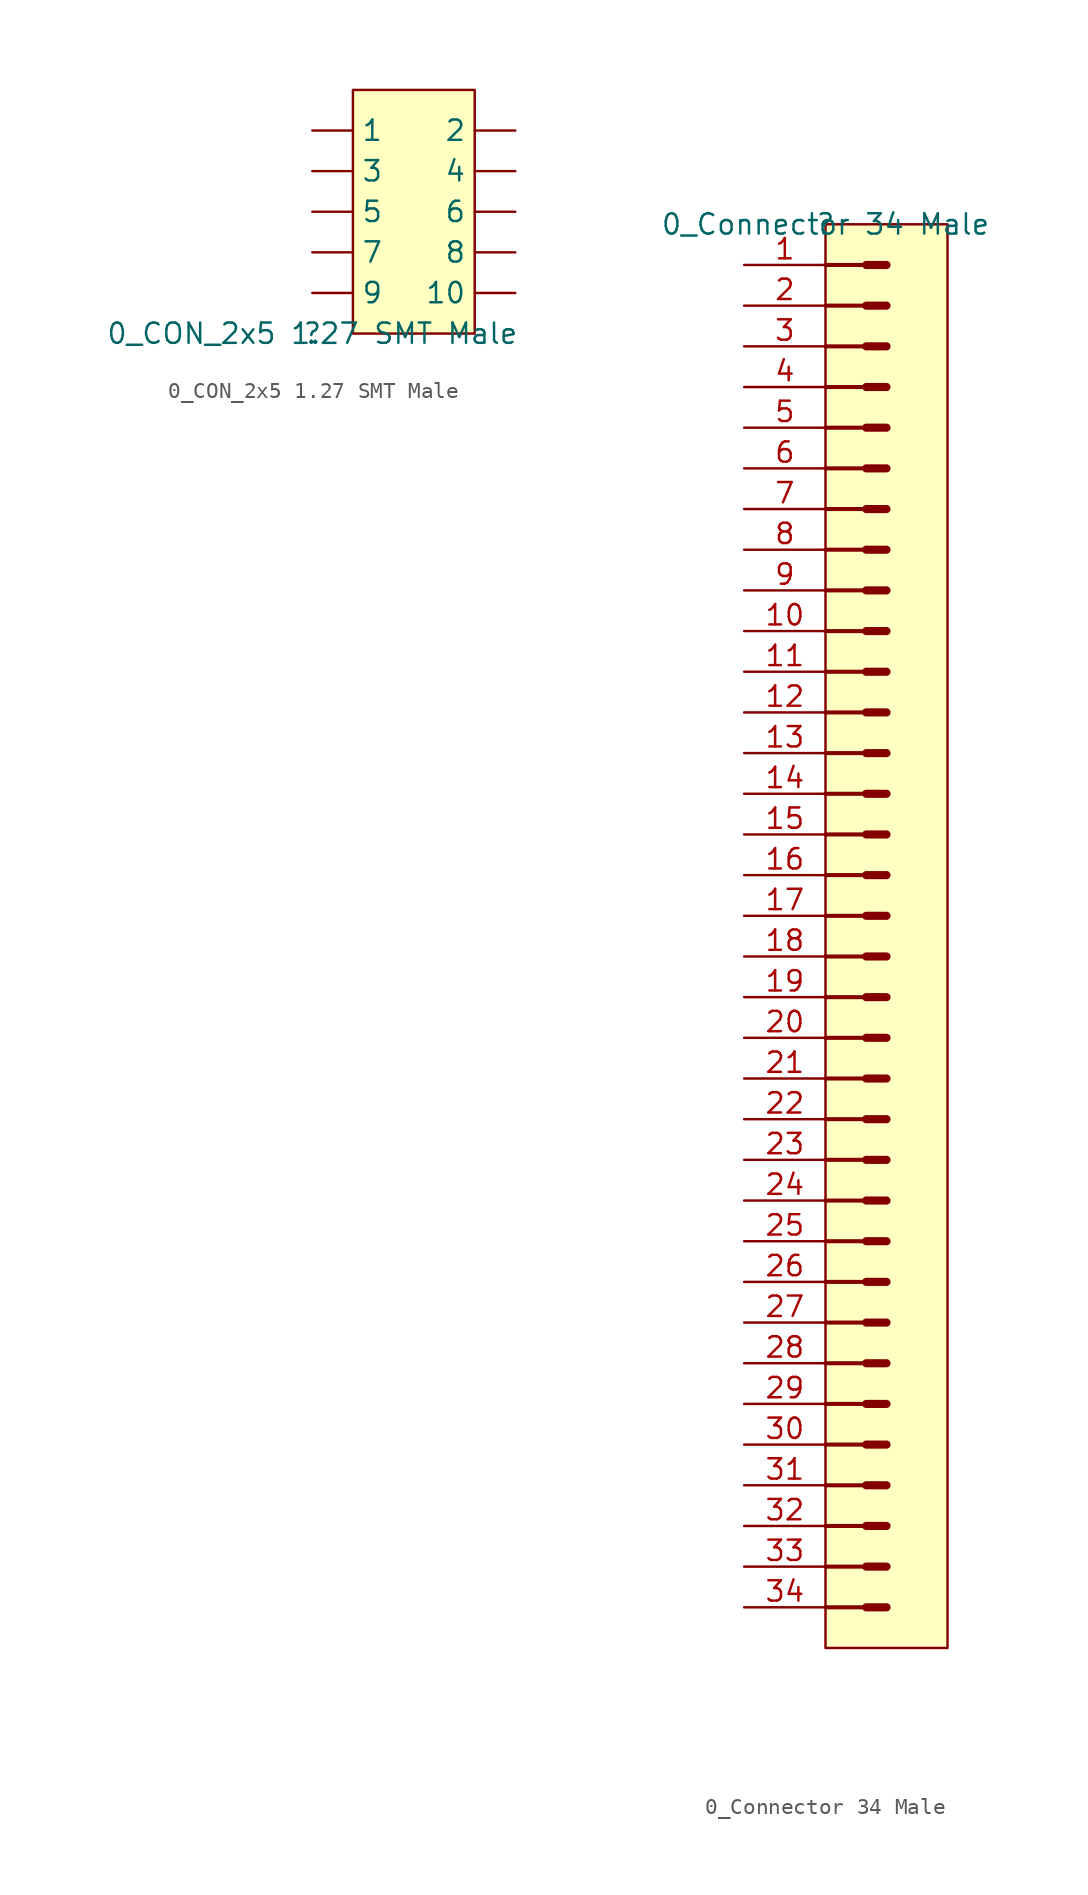
<source format=kicad_sym>
(kicad_symbol_lib
  (version 20220331)
  (generator kicad_symbol_editor)
  (symbol "0_CON_2x5 1.27 SMT Male"
    (property "Reference" ""
      (at 0 0 0)
      (effects (font (size 1.27 1.27))))
    (property "Value" "0_CON_2x5 1.27 SMT Male"
      (at 0 0 0)
      (effects (font (size 1.27 1.27))))
    (symbol "0_CON_2x5 1.27 SMT Male_1_0"
      (rectangle (start 10.16 15.24) (end 2.54 0) (stroke (width 0) (type solid)) (fill (type background)))
      (pin passive line (at 0 12.7 0) (length 2.54) (name "1" (effects (font (size 1.27 1.27)))) (number "1" (effects (font (size 0 0)))))
      (pin passive line (at 12.7 2.54 180) (length 2.54) (name "10" (effects (font (size 1.27 1.27)))) (number "10" (effects (font (size 0 0)))))
      (pin passive line (at 12.7 12.7 180) (length 2.54) (name "2" (effects (font (size 1.27 1.27)))) (number "2" (effects (font (size 0 0)))))
      (pin passive line (at 0 10.16 0) (length 2.54) (name "3" (effects (font (size 1.27 1.27)))) (number "3" (effects (font (size 0 0)))))
      (pin passive line (at 12.7 10.16 180) (length 2.54) (name "4" (effects (font (size 1.27 1.27)))) (number "4" (effects (font (size 0 0)))))
      (pin passive line (at 0 7.62 0) (length 2.54) (name "5" (effects (font (size 1.27 1.27)))) (number "5" (effects (font (size 0 0)))))
      (pin passive line (at 12.7 7.62 180) (length 2.54) (name "6" (effects (font (size 1.27 1.27)))) (number "6" (effects (font (size 0 0)))))
      (pin passive line (at 0 5.08 0) (length 2.54) (name "7" (effects (font (size 1.27 1.27)))) (number "7" (effects (font (size 0 0)))))
      (pin passive line (at 12.7 5.08 180) (length 2.54) (name "8" (effects (font (size 1.27 1.27)))) (number "8" (effects (font (size 0 0)))))
      (pin passive line (at 0 2.54 0) (length 2.54) (name "9" (effects (font (size 1.27 1.27)))) (number "9" (effects (font (size 0 0)))))))
  (symbol "0_Connector 34 Male"
    (property "Reference" ""
      (at 0 0 0)
      (effects (font (size 1.27 1.27))))
    (property "Value" "0_Connector 34 Male"
      (at 0 0 0)
      (effects (font (size 1.27 1.27))))
    (symbol "0_Connector 34 Male_1_0"
      (polyline (pts (xy 0 -86.36) (xy 2.54 -86.36)) (stroke (width 0.254) (type solid)) (fill (type none)))
      (polyline (pts (xy 0 -83.82) (xy 2.54 -83.82)) (stroke (width 0.254) (type solid)) (fill (type none)))
      (polyline (pts (xy 0 -81.28) (xy 2.54 -81.28)) (stroke (width 0.254) (type solid)) (fill (type none)))
      (polyline (pts (xy 0 -78.74) (xy 2.54 -78.74)) (stroke (width 0.254) (type solid)) (fill (type none)))
      (polyline (pts (xy 0 -76.2) (xy 2.54 -76.2)) (stroke (width 0.254) (type solid)) (fill (type none)))
      (polyline (pts (xy 0 -73.66) (xy 2.54 -73.66)) (stroke (width 0.254) (type solid)) (fill (type none)))
      (polyline (pts (xy 0 -71.12) (xy 2.54 -71.12)) (stroke (width 0.254) (type solid)) (fill (type none)))
      (polyline (pts (xy 0 -68.58) (xy 2.54 -68.58)) (stroke (width 0.254) (type solid)) (fill (type none)))
      (polyline (pts (xy 0 -66.04) (xy 2.54 -66.04)) (stroke (width 0.254) (type solid)) (fill (type none)))
      (polyline (pts (xy 0 -63.5) (xy 2.54 -63.5)) (stroke (width 0.254) (type solid)) (fill (type none)))
      (polyline (pts (xy 0 -60.96) (xy 2.54 -60.96)) (stroke (width 0.254) (type solid)) (fill (type none)))
      (polyline (pts (xy 0 -58.42) (xy 2.54 -58.42)) (stroke (width 0.254) (type solid)) (fill (type none)))
      (polyline (pts (xy 0 -55.88) (xy 2.54 -55.88)) (stroke (width 0.254) (type solid)) (fill (type none)))
      (polyline (pts (xy 0 -53.34) (xy 2.54 -53.34)) (stroke (width 0.254) (type solid)) (fill (type none)))
      (polyline (pts (xy 0 -50.8) (xy 2.54 -50.8)) (stroke (width 0.254) (type solid)) (fill (type none)))
      (polyline (pts (xy 0 -48.26) (xy 2.54 -48.26)) (stroke (width 0.254) (type solid)) (fill (type none)))
      (polyline (pts (xy 0 -45.72) (xy 2.54 -45.72)) (stroke (width 0.254) (type solid)) (fill (type none)))
      (polyline (pts (xy 0 -43.18) (xy 2.54 -43.18)) (stroke (width 0.254) (type solid)) (fill (type none)))
      (polyline (pts (xy 0 -40.64) (xy 2.54 -40.64)) (stroke (width 0.254) (type solid)) (fill (type none)))
      (polyline (pts (xy 0 -38.1) (xy 2.54 -38.1)) (stroke (width 0.254) (type solid)) (fill (type none)))
      (polyline (pts (xy 0 -35.56) (xy 2.54 -35.56)) (stroke (width 0.254) (type solid)) (fill (type none)))
      (polyline (pts (xy 0 -33.02) (xy 2.54 -33.02)) (stroke (width 0.254) (type solid)) (fill (type none)))
      (polyline (pts (xy 0 -30.48) (xy 2.54 -30.48)) (stroke (width 0.254) (type solid)) (fill (type none)))
      (polyline (pts (xy 0 -27.94) (xy 2.54 -27.94)) (stroke (width 0.254) (type solid)) (fill (type none)))
      (polyline (pts (xy 0 -25.4) (xy 2.54 -25.4)) (stroke (width 0.254) (type solid)) (fill (type none)))
      (polyline (pts (xy 0 -22.86) (xy 2.54 -22.86)) (stroke (width 0.254) (type solid)) (fill (type none)))
      (polyline (pts (xy 0 -20.32) (xy 2.54 -20.32)) (stroke (width 0.254) (type solid)) (fill (type none)))
      (polyline (pts (xy 0 -17.78) (xy 2.54 -17.78)) (stroke (width 0.254) (type solid)) (fill (type none)))
      (polyline (pts (xy 0 -15.24) (xy 2.54 -15.24)) (stroke (width 0.254) (type solid)) (fill (type none)))
      (polyline (pts (xy 0 -12.7) (xy 2.54 -12.7)) (stroke (width 0.254) (type solid)) (fill (type none)))
      (polyline (pts (xy 0 -10.16) (xy 2.54 -10.16)) (stroke (width 0.254) (type solid)) (fill (type none)))
      (polyline (pts (xy 0 -7.62) (xy 2.54 -7.62)) (stroke (width 0.254) (type solid)) (fill (type none)))
      (polyline (pts (xy 0 -5.08) (xy 2.54 -5.08)) (stroke (width 0.254) (type solid)) (fill (type none)))
      (polyline (pts (xy 0 -2.54) (xy 2.54 -2.54)) (stroke (width 0.254) (type solid)) (fill (type none)))
      (polyline (pts (xy 3.81 -86.36) (xy 2.54 -86.36)) (stroke (width 0.508) (type solid)) (fill (type none)))
      (polyline (pts (xy 3.81 -83.82) (xy 2.54 -83.82)) (stroke (width 0.508) (type solid)) (fill (type none)))
      (polyline (pts (xy 3.81 -81.28) (xy 2.54 -81.28)) (stroke (width 0.508) (type solid)) (fill (type none)))
      (polyline (pts (xy 3.81 -78.74) (xy 2.54 -78.74)) (stroke (width 0.508) (type solid)) (fill (type none)))
      (polyline (pts (xy 3.81 -76.2) (xy 2.54 -76.2)) (stroke (width 0.508) (type solid)) (fill (type none)))
      (polyline (pts (xy 3.81 -73.66) (xy 2.54 -73.66)) (stroke (width 0.508) (type solid)) (fill (type none)))
      (polyline (pts (xy 3.81 -71.12) (xy 2.54 -71.12)) (stroke (width 0.508) (type solid)) (fill (type none)))
      (polyline (pts (xy 3.81 -68.58) (xy 2.54 -68.58)) (stroke (width 0.508) (type solid)) (fill (type none)))
      (polyline (pts (xy 3.81 -66.04) (xy 2.54 -66.04)) (stroke (width 0.508) (type solid)) (fill (type none)))
      (polyline (pts (xy 3.81 -63.5) (xy 2.54 -63.5)) (stroke (width 0.508) (type solid)) (fill (type none)))
      (polyline (pts (xy 3.81 -60.96) (xy 2.54 -60.96)) (stroke (width 0.508) (type solid)) (fill (type none)))
      (polyline (pts (xy 3.81 -58.42) (xy 2.54 -58.42)) (stroke (width 0.508) (type solid)) (fill (type none)))
      (polyline (pts (xy 3.81 -55.88) (xy 2.54 -55.88)) (stroke (width 0.508) (type solid)) (fill (type none)))
      (polyline (pts (xy 3.81 -53.34) (xy 2.54 -53.34)) (stroke (width 0.508) (type solid)) (fill (type none)))
      (polyline (pts (xy 3.81 -50.8) (xy 2.54 -50.8)) (stroke (width 0.508) (type solid)) (fill (type none)))
      (polyline (pts (xy 3.81 -48.26) (xy 2.54 -48.26)) (stroke (width 0.508) (type solid)) (fill (type none)))
      (polyline (pts (xy 3.81 -45.72) (xy 2.54 -45.72)) (stroke (width 0.508) (type solid)) (fill (type none)))
      (polyline (pts (xy 3.81 -43.18) (xy 2.54 -43.18)) (stroke (width 0.508) (type solid)) (fill (type none)))
      (polyline (pts (xy 3.81 -40.64) (xy 2.54 -40.64)) (stroke (width 0.508) (type solid)) (fill (type none)))
      (polyline (pts (xy 3.81 -38.1) (xy 2.54 -38.1)) (stroke (width 0.508) (type solid)) (fill (type none)))
      (polyline (pts (xy 3.81 -35.56) (xy 2.54 -35.56)) (stroke (width 0.508) (type solid)) (fill (type none)))
      (polyline (pts (xy 3.81 -33.02) (xy 2.54 -33.02)) (stroke (width 0.508) (type solid)) (fill (type none)))
      (polyline (pts (xy 3.81 -30.48) (xy 2.54 -30.48)) (stroke (width 0.508) (type solid)) (fill (type none)))
      (polyline (pts (xy 3.81 -27.94) (xy 2.54 -27.94)) (stroke (width 0.508) (type solid)) (fill (type none)))
      (polyline (pts (xy 3.81 -25.4) (xy 2.54 -25.4)) (stroke (width 0.508) (type solid)) (fill (type none)))
      (polyline (pts (xy 3.81 -22.86) (xy 2.54 -22.86)) (stroke (width 0.508) (type solid)) (fill (type none)))
      (polyline (pts (xy 3.81 -20.32) (xy 2.54 -20.32)) (stroke (width 0.508) (type solid)) (fill (type none)))
      (polyline (pts (xy 3.81 -17.78) (xy 2.54 -17.78)) (stroke (width 0.508) (type solid)) (fill (type none)))
      (polyline (pts (xy 3.81 -15.24) (xy 2.54 -15.24)) (stroke (width 0.508) (type solid)) (fill (type none)))
      (polyline (pts (xy 3.81 -12.7) (xy 2.54 -12.7)) (stroke (width 0.508) (type solid)) (fill (type none)))
      (polyline (pts (xy 3.81 -10.16) (xy 2.54 -10.16)) (stroke (width 0.508) (type solid)) (fill (type none)))
      (polyline (pts (xy 3.81 -7.62) (xy 2.54 -7.62)) (stroke (width 0.508) (type solid)) (fill (type none)))
      (polyline (pts (xy 3.81 -5.08) (xy 2.54 -5.08)) (stroke (width 0.508) (type solid)) (fill (type none)))
      (polyline (pts (xy 3.81 -2.54) (xy 2.54 -2.54)) (stroke (width 0.508) (type solid)) (fill (type none)))
      (rectangle (start 7.62 0) (end 0 -88.9) (stroke (width 0) (type solid)) (fill (type background)))
      (pin bidirectional line (at -5.08 -2.54 0) (length 5.08) (name "1" (effects (font (size 0 0)))) (number "1" (effects (font (size 1.27 1.27)))))
      (pin bidirectional line (at -5.08 -25.4 0) (length 5.08) (name "10" (effects (font (size 0 0)))) (number "10" (effects (font (size 1.27 1.27)))))
      (pin bidirectional line (at -5.08 -27.94 0) (length 5.08) (name "11" (effects (font (size 0 0)))) (number "11" (effects (font (size 1.27 1.27)))))
      (pin bidirectional line (at -5.08 -30.48 0) (length 5.08) (name "12" (effects (font (size 0 0)))) (number "12" (effects (font (size 1.27 1.27)))))
      (pin bidirectional line (at -5.08 -33.02 0) (length 5.08) (name "13" (effects (font (size 0 0)))) (number "13" (effects (font (size 1.27 1.27)))))
      (pin bidirectional line (at -5.08 -35.56 0) (length 5.08) (name "14" (effects (font (size 0 0)))) (number "14" (effects (font (size 1.27 1.27)))))
      (pin bidirectional line (at -5.08 -38.1 0) (length 5.08) (name "15" (effects (font (size 0 0)))) (number "15" (effects (font (size 1.27 1.27)))))
      (pin bidirectional line (at -5.08 -40.64 0) (length 5.08) (name "16" (effects (font (size 0 0)))) (number "16" (effects (font (size 1.27 1.27)))))
      (pin bidirectional line (at -5.08 -43.18 0) (length 5.08) (name "17" (effects (font (size 0 0)))) (number "17" (effects (font (size 1.27 1.27)))))
      (pin bidirectional line (at -5.08 -45.72 0) (length 5.08) (name "18" (effects (font (size 0 0)))) (number "18" (effects (font (size 1.27 1.27)))))
      (pin bidirectional line (at -5.08 -48.26 0) (length 5.08) (name "19" (effects (font (size 0 0)))) (number "19" (effects (font (size 1.27 1.27)))))
      (pin bidirectional line (at -5.08 -5.08 0) (length 5.08) (name "2" (effects (font (size 0 0)))) (number "2" (effects (font (size 1.27 1.27)))))
      (pin bidirectional line (at -5.08 -50.8 0) (length 5.08) (name "20" (effects (font (size 0 0)))) (number "20" (effects (font (size 1.27 1.27)))))
      (pin bidirectional line (at -5.08 -53.34 0) (length 5.08) (name "21" (effects (font (size 0 0)))) (number "21" (effects (font (size 1.27 1.27)))))
      (pin bidirectional line (at -5.08 -55.88 0) (length 5.08) (name "22" (effects (font (size 0 0)))) (number "22" (effects (font (size 1.27 1.27)))))
      (pin bidirectional line (at -5.08 -58.42 0) (length 5.08) (name "23" (effects (font (size 0 0)))) (number "23" (effects (font (size 1.27 1.27)))))
      (pin bidirectional line (at -5.08 -60.96 0) (length 5.08) (name "24" (effects (font (size 0 0)))) (number "24" (effects (font (size 1.27 1.27)))))
      (pin bidirectional line (at -5.08 -63.5 0) (length 5.08) (name "25" (effects (font (size 0 0)))) (number "25" (effects (font (size 1.27 1.27)))))
      (pin bidirectional line (at -5.08 -66.04 0) (length 5.08) (name "26" (effects (font (size 0 0)))) (number "26" (effects (font (size 1.27 1.27)))))
      (pin bidirectional line (at -5.08 -68.58 0) (length 5.08) (name "27" (effects (font (size 0 0)))) (number "27" (effects (font (size 1.27 1.27)))))
      (pin bidirectional line (at -5.08 -71.12 0) (length 5.08) (name "28" (effects (font (size 0 0)))) (number "28" (effects (font (size 1.27 1.27)))))
      (pin bidirectional line (at -5.08 -73.66 0) (length 5.08) (name "29" (effects (font (size 0 0)))) (number "29" (effects (font (size 1.27 1.27)))))
      (pin bidirectional line (at -5.08 -7.62 0) (length 5.08) (name "3" (effects (font (size 0 0)))) (number "3" (effects (font (size 1.27 1.27)))))
      (pin bidirectional line (at -5.08 -76.2 0) (length 5.08) (name "30" (effects (font (size 0 0)))) (number "30" (effects (font (size 1.27 1.27)))))
      (pin bidirectional line (at -5.08 -78.74 0) (length 5.08) (name "31" (effects (font (size 0 0)))) (number "31" (effects (font (size 1.27 1.27)))))
      (pin bidirectional line (at -5.08 -81.28 0) (length 5.08) (name "32" (effects (font (size 0 0)))) (number "32" (effects (font (size 1.27 1.27)))))
      (pin bidirectional line (at -5.08 -83.82 0) (length 5.08) (name "33" (effects (font (size 0 0)))) (number "33" (effects (font (size 1.27 1.27)))))
      (pin bidirectional line (at -5.08 -86.36 0) (length 5.08) (name "34" (effects (font (size 0 0)))) (number "34" (effects (font (size 1.27 1.27)))))
      (pin bidirectional line (at -5.08 -10.16 0) (length 5.08) (name "4" (effects (font (size 0 0)))) (number "4" (effects (font (size 1.27 1.27)))))
      (pin bidirectional line (at -5.08 -12.7 0) (length 5.08) (name "5" (effects (font (size 0 0)))) (number "5" (effects (font (size 1.27 1.27)))))
      (pin bidirectional line (at -5.08 -15.24 0) (length 5.08) (name "6" (effects (font (size 0 0)))) (number "6" (effects (font (size 1.27 1.27)))))
      (pin bidirectional line (at -5.08 -17.78 0) (length 5.08) (name "7" (effects (font (size 0 0)))) (number "7" (effects (font (size 1.27 1.27)))))
      (pin bidirectional line (at -5.08 -20.32 0) (length 5.08) (name "8" (effects (font (size 0 0)))) (number "8" (effects (font (size 1.27 1.27)))))
      (pin bidirectional line (at -5.08 -22.86 0) (length 5.08) (name "9" (effects (font (size 0 0)))) (number "9" (effects (font (size 1.27 1.27))))))))
</source>
